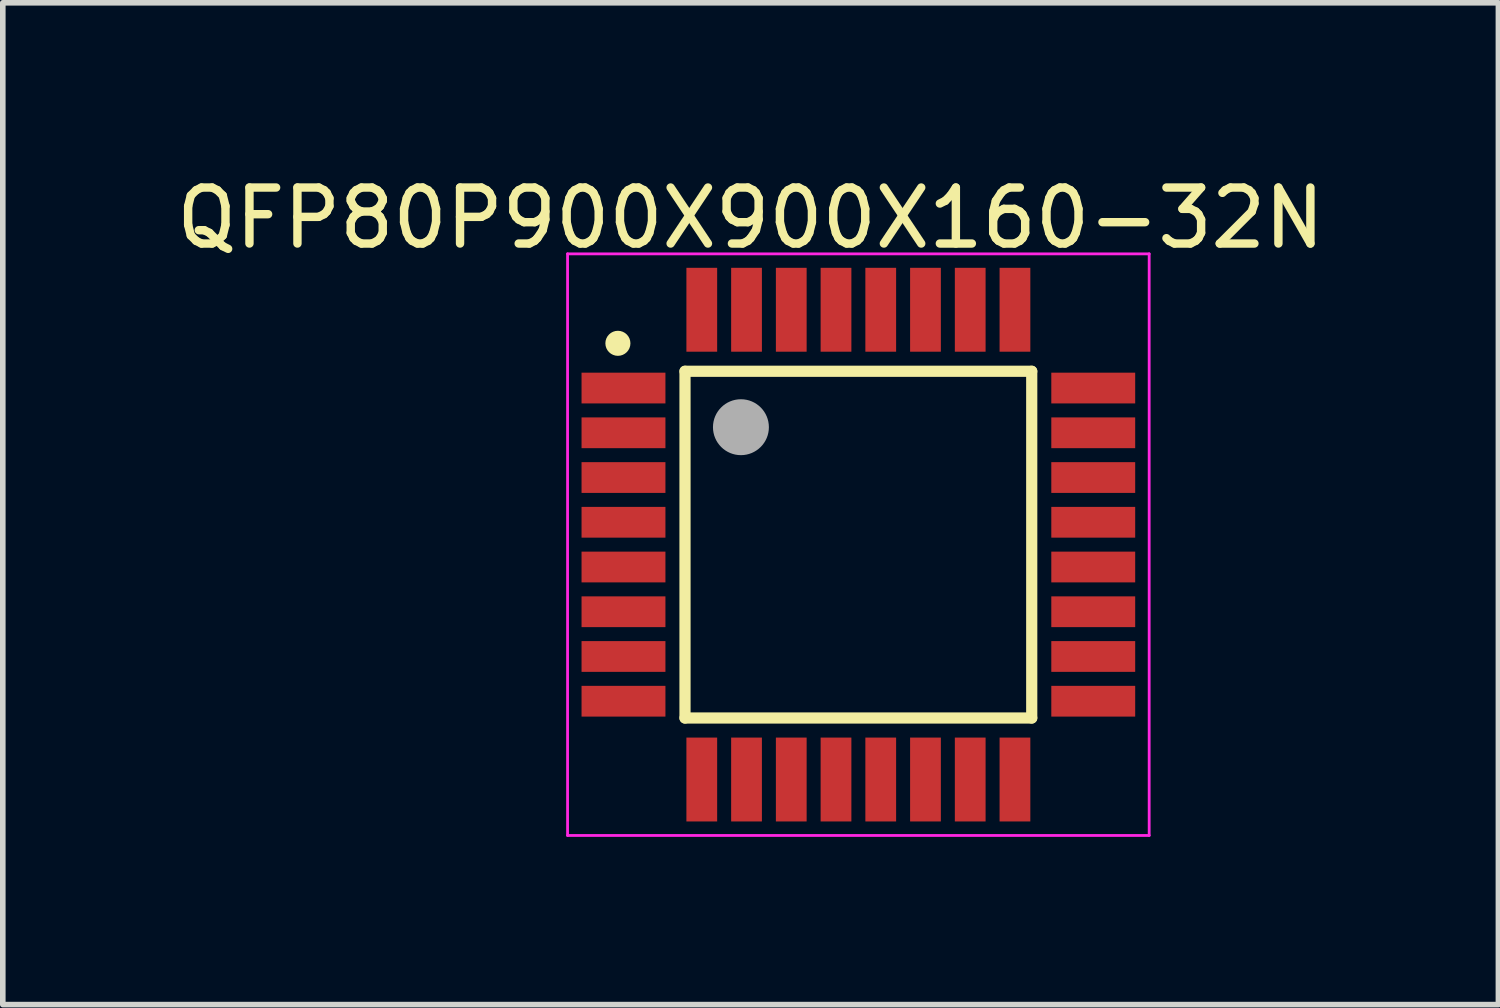
<source format=kicad_pcb>
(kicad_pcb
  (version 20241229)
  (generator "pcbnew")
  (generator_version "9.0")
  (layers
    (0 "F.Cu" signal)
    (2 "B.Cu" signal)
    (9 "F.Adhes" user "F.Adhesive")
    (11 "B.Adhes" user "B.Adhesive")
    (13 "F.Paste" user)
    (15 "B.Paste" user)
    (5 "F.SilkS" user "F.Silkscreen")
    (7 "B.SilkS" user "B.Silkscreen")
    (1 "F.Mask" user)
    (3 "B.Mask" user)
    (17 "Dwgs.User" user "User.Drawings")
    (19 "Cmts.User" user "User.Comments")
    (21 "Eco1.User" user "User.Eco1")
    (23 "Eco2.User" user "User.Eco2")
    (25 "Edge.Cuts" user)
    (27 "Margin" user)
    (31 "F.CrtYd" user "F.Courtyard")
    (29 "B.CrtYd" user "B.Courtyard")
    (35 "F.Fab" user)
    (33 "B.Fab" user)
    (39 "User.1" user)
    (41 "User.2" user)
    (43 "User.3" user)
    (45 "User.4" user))
  (footprint "QFP80P900X900X160-32N"
    (layer "F.Cu")
    (at 12.299 6.689)
    (property "Reference" "QFP80P900X900X160-32N" (at -1.927 -5.84 0) (layer "F.SilkS") (effects (font (size 1.001 1.001) (thickness 0.15))))
    (attr smd)
    (fp_line (start -3.1 -3.1) (end 3.1 -3.1) (stroke (width 0.2) (type solid)) (layer "F.SilkS"))
    (fp_line (start -3.1 3.1) (end -3.1 -3.1) (stroke (width 0.2) (type solid)) (layer "F.SilkS"))
    (fp_line (start 3.1 -3.1) (end 3.1 3.1) (stroke (width 0.2) (type solid)) (layer "F.SilkS"))
    (fp_line (start 3.1 3.1) (end -3.1 3.1) (stroke (width 0.2) (type solid)) (layer "F.SilkS"))
    (fp_circle (center -4.3 -3.6) (end -4.076 -3.6) (stroke (width 0) (type solid)) (fill yes) (layer "F.SilkS"))
    (fp_line (start -5.2 -5.2) (end 5.2 -5.2) (stroke (width 0.05) (type solid)) (layer "F.CrtYd"))
    (fp_line (start -5.2 5.2) (end -5.2 -5.2) (stroke (width 0.05) (type solid)) (layer "F.CrtYd"))
    (fp_line (start 5.2 -5.2) (end 5.2 5.2) (stroke (width 0.05) (type solid)) (layer "F.CrtYd"))
    (fp_line (start 5.2 5.2) (end -5.2 5.2) (stroke (width 0.05) (type solid)) (layer "F.CrtYd"))
    (fp_circle (center -2.1 -2.1) (end -1.6 -2.1) (stroke (width 0) (type solid)) (fill yes) (layer "F.Fab"))
    (pad "1" smd rect (at -4.2 -2.8) (size 1.5 0.55) (layers "F.Cu" "F.Mask" "F.Paste"))
    (pad "2" smd rect (at -4.2 -2) (size 1.5 0.55) (layers "F.Cu" "F.Mask" "F.Paste"))
    (pad "3" smd rect (at -4.2 -1.2) (size 1.5 0.55) (layers "F.Cu" "F.Mask" "F.Paste"))
    (pad "4" smd rect (at -4.2 -0.4) (size 1.5 0.55) (layers "F.Cu" "F.Mask" "F.Paste"))
    (pad "5" smd rect (at -4.2 0.4) (size 1.5 0.55) (layers "F.Cu" "F.Mask" "F.Paste"))
    (pad "6" smd rect (at -4.2 1.2) (size 1.5 0.55) (layers "F.Cu" "F.Mask" "F.Paste"))
    (pad "7" smd rect (at -4.2 2) (size 1.5 0.55) (layers "F.Cu" "F.Mask" "F.Paste"))
    (pad "8" smd rect (at -4.2 2.8) (size 1.5 0.55) (layers "F.Cu" "F.Mask" "F.Paste"))
    (pad "9" smd rect (at -2.8 4.2 90) (size 1.5 0.55) (layers "F.Cu" "F.Mask" "F.Paste"))
    (pad "10" smd rect (at -2 4.2 90) (size 1.5 0.55) (layers "F.Cu" "F.Mask" "F.Paste"))
    (pad "11" smd rect (at -1.2 4.2 90) (size 1.5 0.55) (layers "F.Cu" "F.Mask" "F.Paste"))
    (pad "12" smd rect (at -0.4 4.2 90) (size 1.5 0.55) (layers "F.Cu" "F.Mask" "F.Paste"))
    (pad "13" smd rect (at 0.4 4.2 90) (size 1.5 0.55) (layers "F.Cu" "F.Mask" "F.Paste"))
    (pad "14" smd rect (at 1.2 4.2 90) (size 1.5 0.55) (layers "F.Cu" "F.Mask" "F.Paste"))
    (pad "15" smd rect (at 2 4.2 90) (size 1.5 0.55) (layers "F.Cu" "F.Mask" "F.Paste"))
    (pad "16" smd rect (at 2.8 4.2 90) (size 1.5 0.55) (layers "F.Cu" "F.Mask" "F.Paste"))
    (pad "17" smd rect (at 4.2 2.8 180) (size 1.5 0.55) (layers "F.Cu" "F.Mask" "F.Paste"))
    (pad "18" smd rect (at 4.2 2 180) (size 1.5 0.55) (layers "F.Cu" "F.Mask" "F.Paste"))
    (pad "19" smd rect (at 4.2 1.2 180) (size 1.5 0.55) (layers "F.Cu" "F.Mask" "F.Paste"))
    (pad "20" smd rect (at 4.2 0.4 180) (size 1.5 0.55) (layers "F.Cu" "F.Mask" "F.Paste"))
    (pad "21" smd rect (at 4.2 -0.4 180) (size 1.5 0.55) (layers "F.Cu" "F.Mask" "F.Paste"))
    (pad "22" smd rect (at 4.2 -1.2 180) (size 1.5 0.55) (layers "F.Cu" "F.Mask" "F.Paste"))
    (pad "23" smd rect (at 4.2 -2 180) (size 1.5 0.55) (layers "F.Cu" "F.Mask" "F.Paste"))
    (pad "24" smd rect (at 4.2 -2.8 180) (size 1.5 0.55) (layers "F.Cu" "F.Mask" "F.Paste"))
    (pad "25" smd rect (at 2.8 -4.2 270) (size 1.5 0.55) (layers "F.Cu" "F.Mask" "F.Paste"))
    (pad "26" smd rect (at 2 -4.2 270) (size 1.5 0.55) (layers "F.Cu" "F.Mask" "F.Paste"))
    (pad "27" smd rect (at 1.2 -4.2 270) (size 1.5 0.55) (layers "F.Cu" "F.Mask" "F.Paste"))
    (pad "28" smd rect (at 0.4 -4.2 270) (size 1.5 0.55) (layers "F.Cu" "F.Mask" "F.Paste"))
    (pad "29" smd rect (at -0.4 -4.2 270) (size 1.5 0.55) (layers "F.Cu" "F.Mask" "F.Paste"))
    (pad "30" smd rect (at -1.2 -4.2 270) (size 1.5 0.55) (layers "F.Cu" "F.Mask" "F.Paste"))
    (pad "31" smd rect (at -2 -4.2 270) (size 1.5 0.55) (layers "F.Cu" "F.Mask" "F.Paste"))
    (pad "32" smd rect (at -2.8 -4.2 270) (size 1.5 0.55) (layers "F.Cu" "F.Mask" "F.Paste")))
  (gr_rect
    (start -3 -3)
    (end 23.744 14.914)
    (stroke (width 0.1) (type default))
    (fill no)
    (layer "Edge.Cuts")))
</source>
